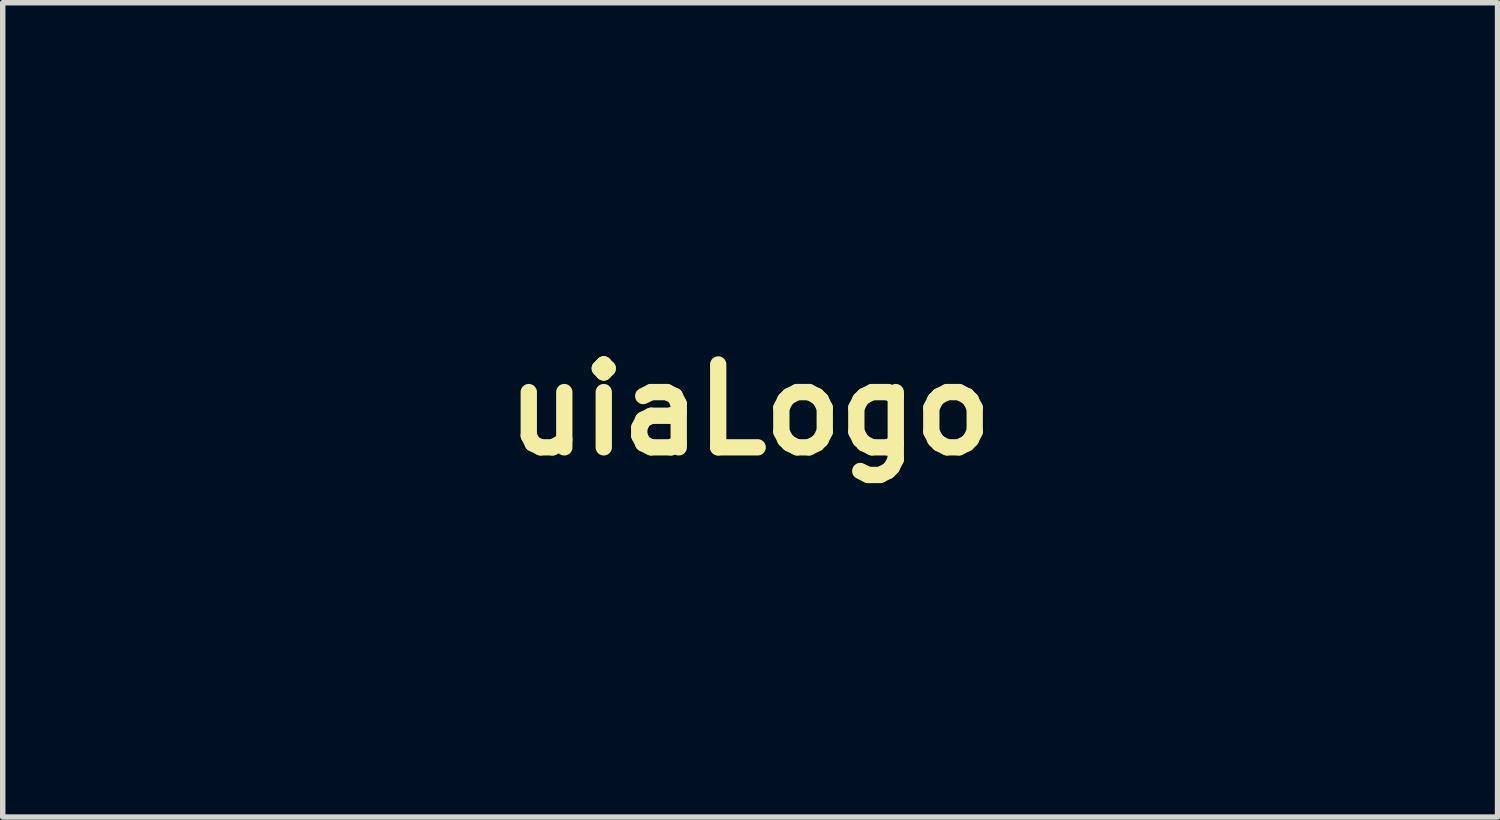
<source format=kicad_pcb>
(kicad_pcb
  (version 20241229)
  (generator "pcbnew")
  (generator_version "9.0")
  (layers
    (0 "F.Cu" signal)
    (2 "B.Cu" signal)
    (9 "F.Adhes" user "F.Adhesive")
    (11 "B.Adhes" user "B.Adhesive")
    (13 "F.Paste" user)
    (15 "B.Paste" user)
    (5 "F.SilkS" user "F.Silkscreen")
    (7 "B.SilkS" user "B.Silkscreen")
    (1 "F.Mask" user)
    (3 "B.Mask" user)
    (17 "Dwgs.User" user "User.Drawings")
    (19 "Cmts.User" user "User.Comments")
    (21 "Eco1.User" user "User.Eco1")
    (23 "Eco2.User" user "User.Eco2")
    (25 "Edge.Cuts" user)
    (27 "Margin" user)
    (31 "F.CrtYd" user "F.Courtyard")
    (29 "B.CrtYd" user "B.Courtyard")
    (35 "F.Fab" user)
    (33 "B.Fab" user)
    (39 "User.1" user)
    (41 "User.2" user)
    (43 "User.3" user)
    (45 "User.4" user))
  (footprint "uiaLogo"
    (layer "F.Cu")
    (at 10.738 4.487)
    (property "Reference" "uiaLogo" (at 0 0 0) (layer "F.SilkS") (effects (font (size 1.524 1.524) (thickness 0.3))))
    (attr board_only exclude_from_pos_files exclude_from_bom)
    (fp_poly (pts (xy -4.995 4.487) (xy -5.757 4.487) (xy -5.757 -0.254) (xy -4.995 -0.254)) (stroke (width 0) (type solid)) (fill yes) (layer "F.Mask"))
    (fp_poly (pts (xy -3.387 4.487) (xy -4.233 4.487) (xy -4.233 -0.254) (xy -3.387 -0.254)) (stroke (width 0) (type solid)) (fill yes) (layer "F.Mask"))
    (fp_poly (pts (xy 5.419 -1.439) (xy 4.487 -1.439) (xy 4.487 -2.371) (xy 5.419 -2.371)) (stroke (width 0) (type solid)) (fill yes) (layer "F.Mask"))
    (fp_poly (pts (xy -3.387 -3.81) (xy -9.991 -3.81) (xy -9.992 -2.265) (xy -9.994 -0.72) (xy -10.331 -0.44) (xy -10.668 -0.16) (xy -10.668 -4.487) (xy -3.387 -4.487)) (stroke (width 0) (type solid)) (fill yes) (layer "F.Mask"))
    (fp_poly (pts (xy -3.387 -0.931) (xy -4.575 -0.931) (xy -5.066 -0.935) (xy -5.411 -0.946) (xy -5.635 -0.968) (xy -5.759 -1.003) (xy -5.809 -1.051) (xy -5.834 -1.221) (xy -5.827 -1.411) (xy -5.8 -1.651) (xy -4.593 -1.674) (xy -3.387 -1.698)) (stroke (width 0) (type solid)) (fill yes) (layer "F.Mask"))
    (fp_poly (pts (xy 4.953 -0.786) (xy 5.376 -0.786) (xy 5.399 0.962) (xy 5.422 2.709) (xy 4.994 2.709) (xy 4.702 2.688) (xy 4.543 2.627) (xy 4.525 2.601) (xy 4.513 2.486) (xy 4.505 2.229) (xy 4.501 1.86) (xy 4.501 1.405) (xy 4.506 0.893) (xy 4.507 0.853) (xy 4.53 -0.786)) (stroke (width 0) (type solid)) (fill yes) (layer "F.Mask"))
    (fp_poly (pts (xy -4.89 -3.032) (xy -4.826 -3.031) (xy -3.429 -3.006) (xy -3.403 -2.646) (xy -3.377 -2.286) (xy -4.863 -2.286) (xy -5.403 -2.285) (xy -5.799 -2.279) (xy -6.078 -2.266) (xy -6.266 -2.244) (xy -6.389 -2.209) (xy -6.473 -2.159) (xy -6.519 -2.117) (xy -6.661 -1.855) (xy -6.689 -1.609) (xy -6.697 -1.392) (xy -6.754 -1.296) (xy -6.908 -1.271) (xy -7.023 -1.27) (xy -7.242 -1.283) (xy -7.35 -1.348) (xy -7.403 -1.508) (xy -7.411 -1.553) (xy -7.419 -1.911) (xy -7.334 -2.282) (xy -7.175 -2.591) (xy -7.092 -2.686) (xy -6.916 -2.817) (xy -6.696 -2.914) (xy -6.408 -2.981) (xy -6.028 -3.02) (xy -5.53 -3.036)) (stroke (width 0) (type solid)) (fill yes) (layer "F.Mask"))
    (fp_poly (pts (xy 3.556 -0.655) (xy 3.551 0.062) (xy 3.534 0.632) (xy 3.5 1.08) (xy 3.444 1.428) (xy 3.362 1.698) (xy 3.248 1.916) (xy 3.099 2.103) (xy 2.969 2.229) (xy 2.707 2.425) (xy 2.426 2.578) (xy 2.313 2.619) (xy 1.936 2.683) (xy 1.482 2.702) (xy 1.024 2.677) (xy 0.637 2.61) (xy 0.55 2.583) (xy 0.194 2.383) (xy -0.134 2.068) (xy -0.387 1.69) (xy -0.498 1.402) (xy -0.529 1.19) (xy -0.556 0.838) (xy -0.576 0.378) (xy -0.589 -0.162) (xy -0.593 -0.672) (xy -0.593 -2.371) (xy 0.423 -2.371) (xy 0.423 -0.632) (xy 0.427 0.044) (xy 0.44 0.573) (xy 0.468 0.975) (xy 0.516 1.273) (xy 0.586 1.487) (xy 0.685 1.64) (xy 0.817 1.753) (xy 0.939 1.824) (xy 1.271 1.926) (xy 1.63 1.926) (xy 1.914 1.876) (xy 2.141 1.774) (xy 2.316 1.605) (xy 2.445 1.351) (xy 2.534 0.996) (xy 2.589 0.524) (xy 2.616 -0.083) (xy 2.62 -0.841) (xy 2.619 -0.889) (xy 2.609 -2.328) (xy 3.082 -2.354) (xy 3.556 -2.379)) (stroke (width 0) (type solid)) (fill yes) (layer "F.Mask"))
    (fp_poly (pts (xy 9.872 0.085) (xy 10.091 0.692) (xy 10.291 1.251) (xy 10.463 1.74) (xy 10.601 2.139) (xy 10.698 2.428) (xy 10.746 2.587) (xy 10.751 2.608) (xy 10.7 2.672) (xy 10.528 2.698) (xy 10.269 2.692) (xy 9.784 2.667) (xy 9.538 2.011) (xy 9.291 1.355) (xy 7.465 1.355) (xy 7.317 1.757) (xy 7.17 2.158) (xy 7.063 2.427) (xy 6.975 2.591) (xy 6.885 2.675) (xy 6.77 2.706) (xy 6.609 2.71) (xy 6.524 2.709) (xy 6.243 2.692) (xy 6.112 2.638) (xy 6.096 2.596) (xy 6.123 2.49) (xy 6.199 2.246) (xy 6.317 1.882) (xy 6.471 1.422) (xy 6.654 0.884) (xy 6.776 0.529) (xy 7.706 0.529) (xy 7.784 0.559) (xy 7.99 0.581) (xy 8.286 0.592) (xy 8.382 0.593) (xy 8.697 0.588) (xy 8.933 0.575) (xy 9.053 0.557) (xy 9.059 0.551) (xy 9.033 0.46) (xy 8.962 0.24) (xy 8.857 -0.077) (xy 8.727 -0.46) (xy 8.705 -0.524) (xy 8.351 -1.557) (xy 8.029 -0.546) (xy 7.907 -0.156) (xy 7.806 0.175) (xy 7.736 0.413) (xy 7.707 0.526) (xy 7.706 0.529) (xy 6.776 0.529) (xy 6.858 0.29) (xy 6.932 0.077) (xy 7.768 -2.328) (xy 8.995 -2.328)) (stroke (width 0) (type solid)) (fill yes) (layer "F.Mask"))
    (fp_poly (pts (xy -7.705 0.254) (xy -8.173 0.254) (xy -8.748 0.328) (xy -9.249 0.544) (xy -9.655 0.889) (xy -9.887 1.228) (xy -10.012 1.613) (xy -10.035 2.058) (xy -9.965 2.519) (xy -9.815 2.951) (xy -9.595 3.311) (xy -9.315 3.555) (xy -9.304 3.561) (xy -9.226 3.589) (xy -9.227 3.53) (xy -9.308 3.356) (xy -9.324 3.324) (xy -9.465 2.87) (xy -9.46 2.392) (xy -9.317 1.927) (xy -9.049 1.511) (xy -8.737 1.23) (xy -8.492 1.081) (xy -8.262 1.004) (xy -7.968 0.977) (xy -7.844 0.975) (xy -7.399 1.006) (xy -7.097 1.11) (xy -6.921 1.295) (xy -6.859 1.571) (xy -6.858 1.611) (xy -6.872 1.846) (xy -6.932 1.931) (xy -7.06 1.882) (xy -7.149 1.818) (xy -7.37 1.73) (xy -7.679 1.697) (xy -8.006 1.719) (xy -8.278 1.794) (xy -8.338 1.827) (xy -8.557 2.058) (xy -8.706 2.384) (xy -8.763 2.736) (xy -8.727 2.986) (xy -8.545 3.33) (xy -8.253 3.578) (xy -7.838 3.733) (xy -7.289 3.804) (xy -7.048 3.81) (xy -6.519 3.81) (xy -6.519 4.487) (xy -7.697 4.487) (xy -8.168 4.486) (xy -8.507 4.478) (xy -8.754 4.457) (xy -8.946 4.417) (xy -9.123 4.352) (xy -9.322 4.256) (xy -9.408 4.212) (xy -9.927 3.855) (xy -10.325 3.403) (xy -10.596 2.881) (xy -10.735 2.314) (xy -10.738 1.729) (xy -10.601 1.152) (xy -10.317 0.609) (xy -10.115 0.354) (xy -9.635 -0.085) (xy -9.119 -0.365) (xy -8.546 -0.496) (xy -8.281 -0.508) (xy -7.705 -0.508)) (stroke (width 0) (type solid)) (fill yes) (layer "F.Mask")))
  (gr_rect
    (start -3 -3)
    (end 24.489 11.975)
    (stroke (width 0.1) (type default))
    (fill no)
    (layer "Edge.Cuts")))
</source>
